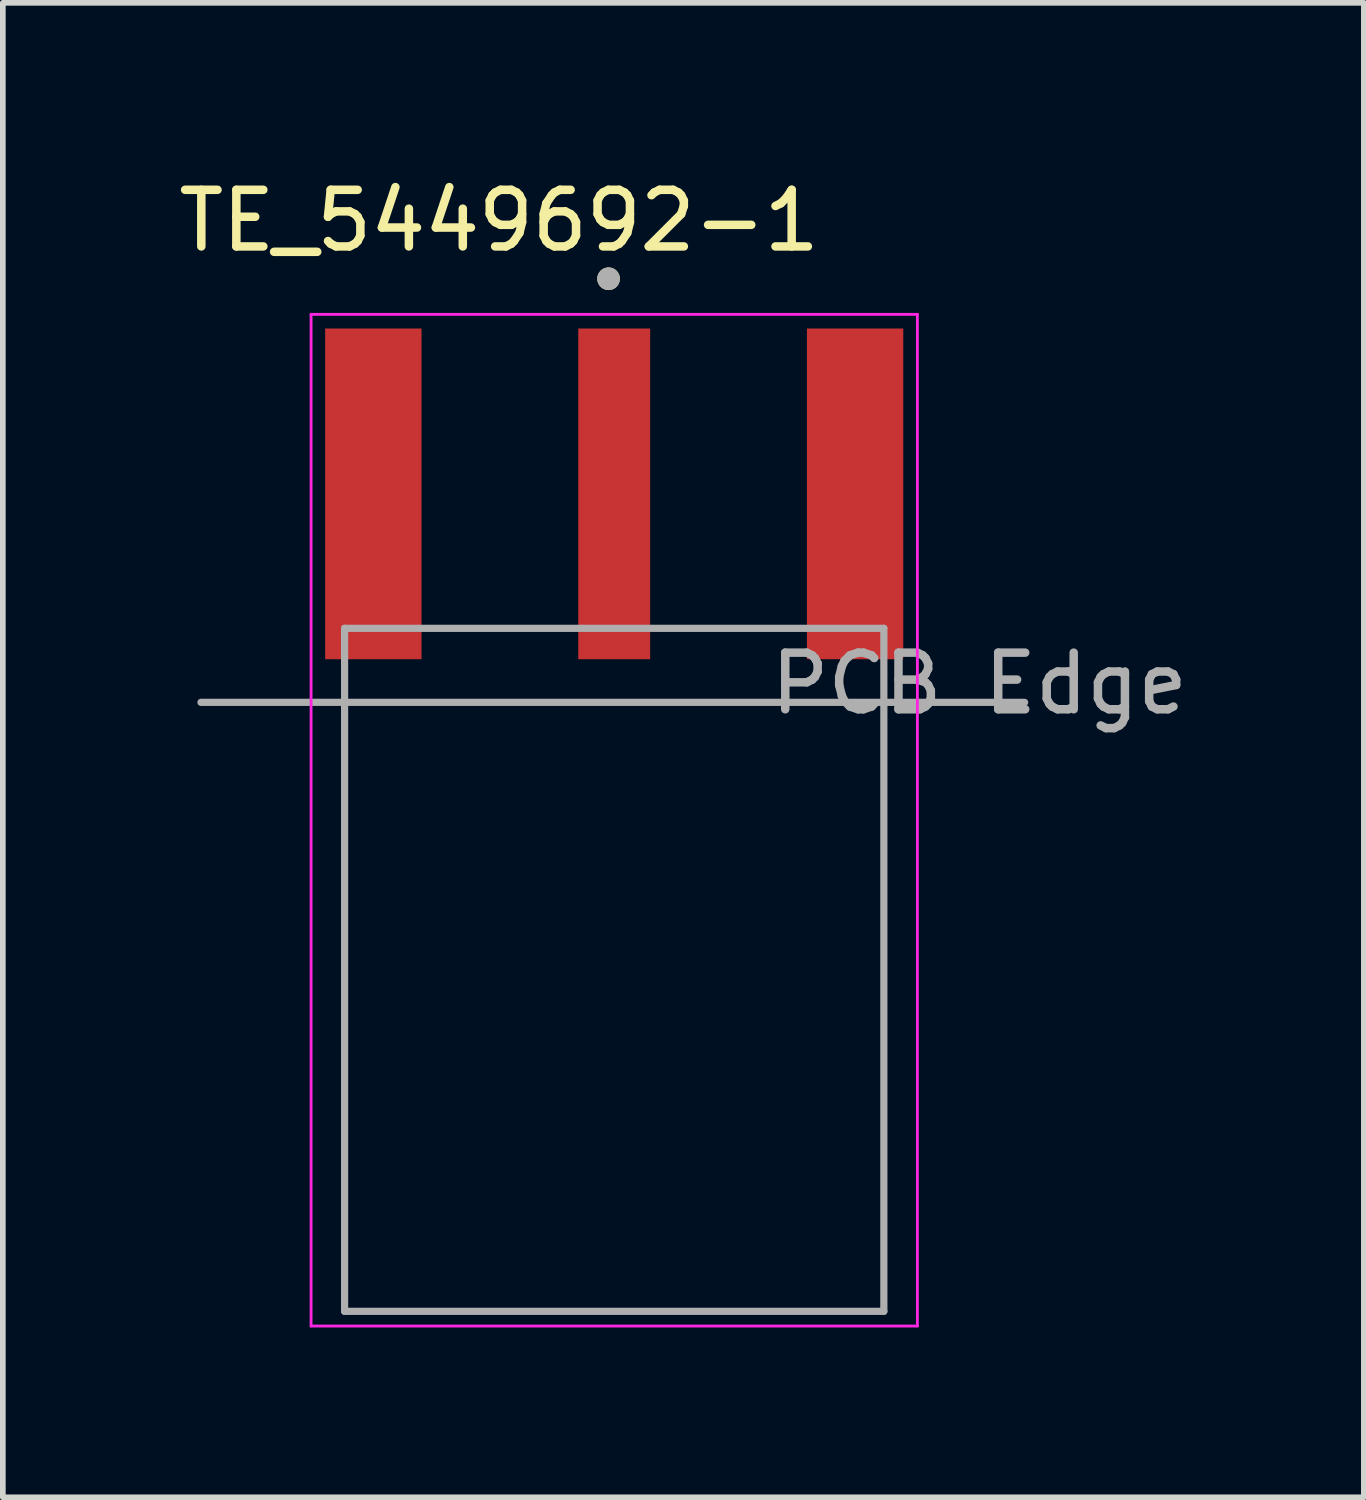
<source format=kicad_pcb>
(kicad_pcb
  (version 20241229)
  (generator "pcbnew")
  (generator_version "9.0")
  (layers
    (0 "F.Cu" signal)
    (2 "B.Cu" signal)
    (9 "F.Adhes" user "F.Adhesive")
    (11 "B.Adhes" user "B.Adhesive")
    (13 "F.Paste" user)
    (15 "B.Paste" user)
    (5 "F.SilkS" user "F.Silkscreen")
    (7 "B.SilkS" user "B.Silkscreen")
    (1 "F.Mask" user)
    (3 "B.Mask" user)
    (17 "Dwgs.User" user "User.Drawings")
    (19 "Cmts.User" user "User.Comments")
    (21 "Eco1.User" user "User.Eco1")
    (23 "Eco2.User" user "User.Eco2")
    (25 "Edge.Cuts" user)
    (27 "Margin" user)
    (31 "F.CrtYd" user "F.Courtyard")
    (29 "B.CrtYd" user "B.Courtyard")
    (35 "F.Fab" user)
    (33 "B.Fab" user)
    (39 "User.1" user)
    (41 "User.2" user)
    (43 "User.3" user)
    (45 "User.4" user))
  (footprint "TE_5449692-1"
    (layer "F.Cu")
    (at 7.8 5.674)
    (property "Reference" "TE_5449692-1" (at -2.032 -4.826 0) (layer "F.SilkS") (effects (font (size 1 1) (thickness 0.15))))
    (attr smd)
    (fp_circle (center -0.1 -3.8) (end 0 -3.8) (stroke (width 0.2) (type solid)) (fill no) (layer "F.SilkS"))
    (fp_line (start -5.355 -3.171) (end 5.355 -3.171) (stroke (width 0.05) (type solid)) (layer "F.CrtYd"))
    (fp_line (start -5.355 14.7) (end -5.355 -3.171) (stroke (width 0.05) (type solid)) (layer "F.CrtYd"))
    (fp_line (start 5.355 -3.171) (end 5.355 14.7) (stroke (width 0.05) (type solid)) (layer "F.CrtYd"))
    (fp_line (start 5.355 14.7) (end -5.355 14.7) (stroke (width 0.05) (type solid)) (layer "F.CrtYd"))
    (fp_line (start -4.763 2.375) (end 4.763 2.375) (stroke (width 0.127) (type solid)) (layer "F.Fab"))
    (fp_line (start -4.763 3.683) (end -7.3 3.683) (stroke (width 0.127) (type solid)) (layer "F.Fab"))
    (fp_line (start -4.763 3.683) (end -4.763 2.375) (stroke (width 0.127) (type solid)) (layer "F.Fab"))
    (fp_line (start -4.763 3.683) (end 4.763 3.683) (stroke (width 0.127) (type solid)) (layer "F.Fab"))
    (fp_line (start -4.763 14.44) (end -4.763 3.683) (stroke (width 0.127) (type solid)) (layer "F.Fab"))
    (fp_line (start 4.763 3.683) (end 4.763 2.375) (stroke (width 0.127) (type solid)) (layer "F.Fab"))
    (fp_line (start 4.763 3.683) (end 4.763 14.44) (stroke (width 0.127) (type solid)) (layer "F.Fab"))
    (fp_line (start 4.763 3.683) (end 7.25 3.683) (stroke (width 0.127) (type solid)) (layer "F.Fab"))
    (fp_line (start 4.763 14.44) (end -4.763 14.44) (stroke (width 0.127) (type solid)) (layer "F.Fab"))
    (fp_circle (center -0.1 -3.8) (end 0 -3.8) (stroke (width 0.2) (type solid)) (fill no) (layer "F.Fab"))
    (fp_text user "PCB Edge" (at 6.45 3.35 0) (layer "F.Fab") (effects (font (size 1 1) (thickness 0.15))))
    (pad "1" smd rect (at 0 0) (size 1.27 5.842) (layers "F.Cu" "F.Mask" "F.Paste"))
    (pad "S1" smd rect (at -4.255 0) (size 1.702 5.842) (layers "F.Cu" "F.Mask" "F.Paste"))
    (pad "S2" smd rect (at 4.255 0) (size 1.702 5.842) (layers "F.Cu" "F.Mask" "F.Paste")))
  (gr_rect
    (start -3 -3)
    (end 21.042 23.399)
    (stroke (width 0.1) (type default))
    (fill no)
    (layer "Edge.Cuts")))
</source>
